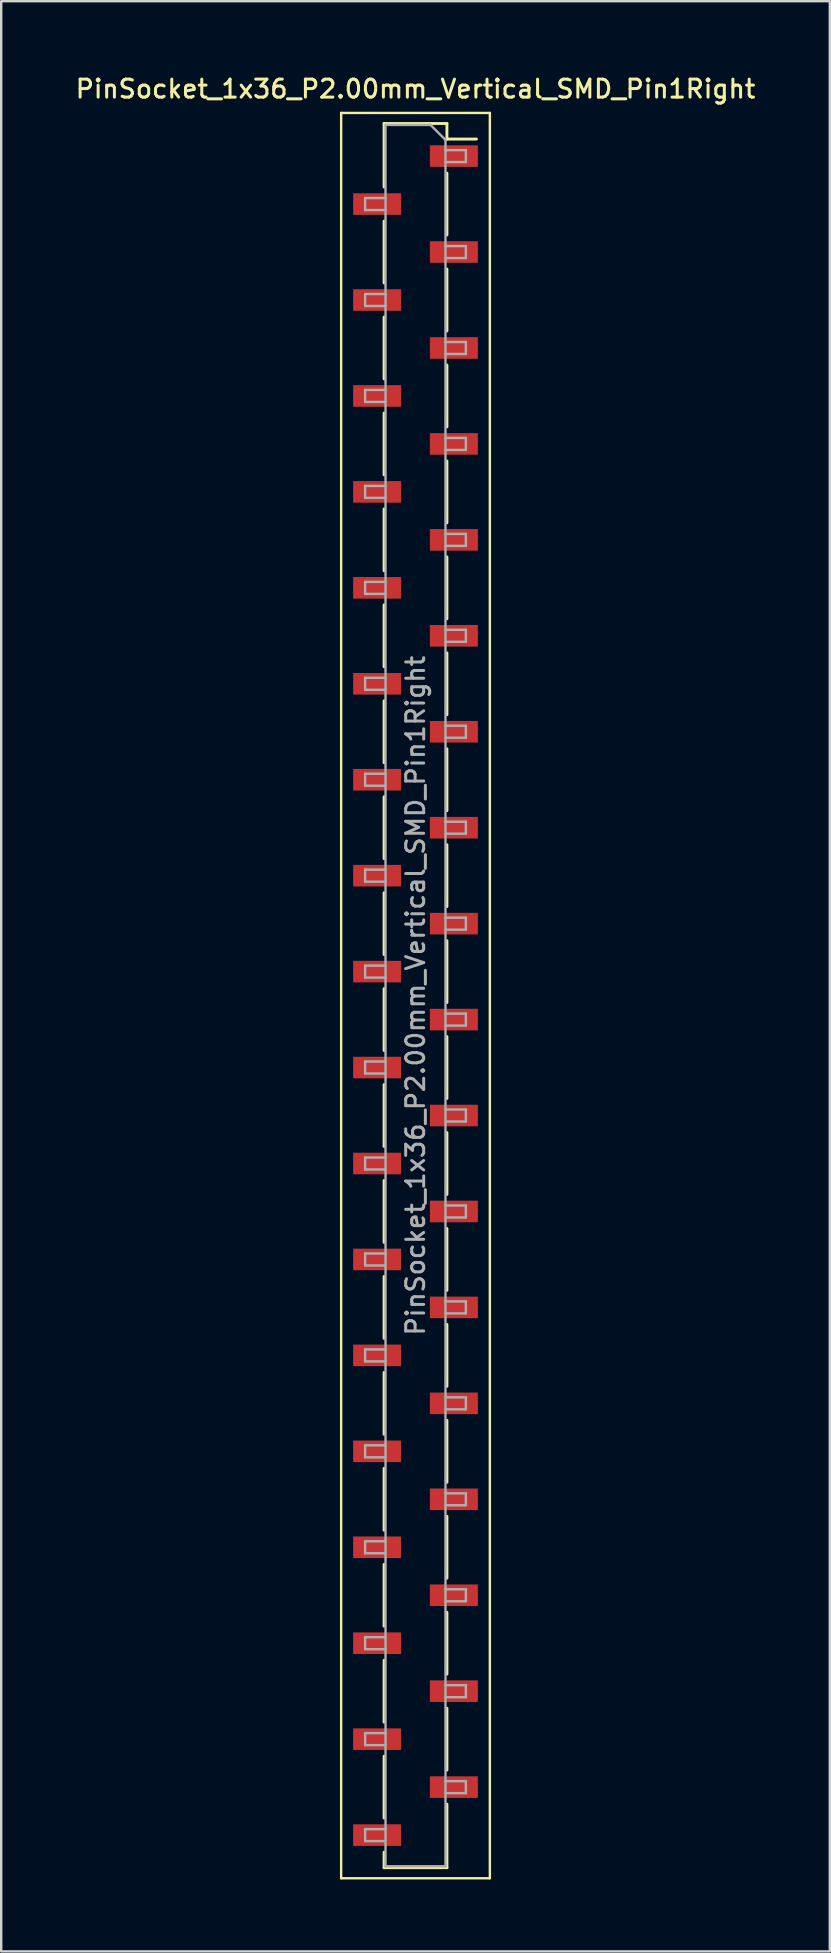
<source format=kicad_pcb>
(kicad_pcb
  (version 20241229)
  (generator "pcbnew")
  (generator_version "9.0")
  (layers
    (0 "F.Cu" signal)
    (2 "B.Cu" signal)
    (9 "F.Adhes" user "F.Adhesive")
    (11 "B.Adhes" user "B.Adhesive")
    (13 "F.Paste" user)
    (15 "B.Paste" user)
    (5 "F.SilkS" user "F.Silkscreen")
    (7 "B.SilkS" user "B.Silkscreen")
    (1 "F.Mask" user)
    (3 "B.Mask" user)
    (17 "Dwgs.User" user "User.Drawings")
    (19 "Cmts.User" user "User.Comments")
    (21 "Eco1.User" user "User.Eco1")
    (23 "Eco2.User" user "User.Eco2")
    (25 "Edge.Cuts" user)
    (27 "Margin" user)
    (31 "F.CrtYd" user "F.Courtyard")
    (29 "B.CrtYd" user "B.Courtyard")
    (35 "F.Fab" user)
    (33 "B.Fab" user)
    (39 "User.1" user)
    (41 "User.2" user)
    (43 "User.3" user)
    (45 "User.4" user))
  (footprint "PinSocket_1x36_P2.00mm_Vertical_SMD_Pin1Right"
    (layer "F.Cu")
    (at 14.273 38.458)
    (property "Reference" "PinSocket_1x36_P2.00mm_Vertical_SMD_Pin1Right" (at 0 -37.8 0) (layer "F.SilkS") (effects (font (size 0.75 0.75) (thickness 0.125))))
    (attr smd)
    (fp_line (start -3.1 -36.8) (end 3.1 -36.8) (stroke (width 0.1) (type solid)) (layer "F.SilkS"))
    (fp_line (start -3.1 36.8) (end -3.1 -36.8) (stroke (width 0.1) (type solid)) (layer "F.SilkS"))
    (fp_line (start -1.31 -36.36) (end -1.31 -33.71) (stroke (width 0.12) (type solid)) (layer "F.SilkS"))
    (fp_line (start -1.31 -36.36) (end 1.31 -36.36) (stroke (width 0.12) (type solid)) (layer "F.SilkS"))
    (fp_line (start -1.31 -32.29) (end -1.31 -29.71) (stroke (width 0.12) (type solid)) (layer "F.SilkS"))
    (fp_line (start -1.31 -28.29) (end -1.31 -25.71) (stroke (width 0.12) (type solid)) (layer "F.SilkS"))
    (fp_line (start -1.31 -24.29) (end -1.31 -21.71) (stroke (width 0.12) (type solid)) (layer "F.SilkS"))
    (fp_line (start -1.31 -20.29) (end -1.31 -17.71) (stroke (width 0.12) (type solid)) (layer "F.SilkS"))
    (fp_line (start -1.31 -16.29) (end -1.31 -13.71) (stroke (width 0.12) (type solid)) (layer "F.SilkS"))
    (fp_line (start -1.31 -12.29) (end -1.31 -9.71) (stroke (width 0.12) (type solid)) (layer "F.SilkS"))
    (fp_line (start -1.31 -8.29) (end -1.31 -5.71) (stroke (width 0.12) (type solid)) (layer "F.SilkS"))
    (fp_line (start -1.31 -4.29) (end -1.31 -1.71) (stroke (width 0.12) (type solid)) (layer "F.SilkS"))
    (fp_line (start -1.31 -0.29) (end -1.31 2.29) (stroke (width 0.12) (type solid)) (layer "F.SilkS"))
    (fp_line (start -1.31 3.71) (end -1.31 6.29) (stroke (width 0.12) (type solid)) (layer "F.SilkS"))
    (fp_line (start -1.31 7.71) (end -1.31 10.29) (stroke (width 0.12) (type solid)) (layer "F.SilkS"))
    (fp_line (start -1.31 11.71) (end -1.31 14.29) (stroke (width 0.12) (type solid)) (layer "F.SilkS"))
    (fp_line (start -1.31 15.71) (end -1.31 18.29) (stroke (width 0.12) (type solid)) (layer "F.SilkS"))
    (fp_line (start -1.31 19.71) (end -1.31 22.29) (stroke (width 0.12) (type solid)) (layer "F.SilkS"))
    (fp_line (start -1.31 23.71) (end -1.31 26.29) (stroke (width 0.12) (type solid)) (layer "F.SilkS"))
    (fp_line (start -1.31 27.71) (end -1.31 30.29) (stroke (width 0.12) (type solid)) (layer "F.SilkS"))
    (fp_line (start -1.31 31.71) (end -1.31 34.29) (stroke (width 0.12) (type solid)) (layer "F.SilkS"))
    (fp_line (start -1.31 35.71) (end -1.31 36.36) (stroke (width 0.12) (type solid)) (layer "F.SilkS"))
    (fp_line (start -1.31 36.36) (end 1.31 36.36) (stroke (width 0.12) (type solid)) (layer "F.SilkS"))
    (fp_line (start 1.31 -36.36) (end 1.31 -35.71) (stroke (width 0.12) (type solid)) (layer "F.SilkS"))
    (fp_line (start 1.31 -35.71) (end 2.54 -35.71) (stroke (width 0.12) (type solid)) (layer "F.SilkS"))
    (fp_line (start 1.31 -34.29) (end 1.31 -31.71) (stroke (width 0.12) (type solid)) (layer "F.SilkS"))
    (fp_line (start 1.31 -30.29) (end 1.31 -27.71) (stroke (width 0.12) (type solid)) (layer "F.SilkS"))
    (fp_line (start 1.31 -26.29) (end 1.31 -23.71) (stroke (width 0.12) (type solid)) (layer "F.SilkS"))
    (fp_line (start 1.31 -22.29) (end 1.31 -19.71) (stroke (width 0.12) (type solid)) (layer "F.SilkS"))
    (fp_line (start 1.31 -18.29) (end 1.31 -15.71) (stroke (width 0.12) (type solid)) (layer "F.SilkS"))
    (fp_line (start 1.31 -14.29) (end 1.31 -11.71) (stroke (width 0.12) (type solid)) (layer "F.SilkS"))
    (fp_line (start 1.31 -10.29) (end 1.31 -7.71) (stroke (width 0.12) (type solid)) (layer "F.SilkS"))
    (fp_line (start 1.31 -6.29) (end 1.31 -3.71) (stroke (width 0.12) (type solid)) (layer "F.SilkS"))
    (fp_line (start 1.31 -2.29) (end 1.31 0.29) (stroke (width 0.12) (type solid)) (layer "F.SilkS"))
    (fp_line (start 1.31 1.71) (end 1.31 4.29) (stroke (width 0.12) (type solid)) (layer "F.SilkS"))
    (fp_line (start 1.31 5.71) (end 1.31 8.29) (stroke (width 0.12) (type solid)) (layer "F.SilkS"))
    (fp_line (start 1.31 9.71) (end 1.31 12.29) (stroke (width 0.12) (type solid)) (layer "F.SilkS"))
    (fp_line (start 1.31 13.71) (end 1.31 16.29) (stroke (width 0.12) (type solid)) (layer "F.SilkS"))
    (fp_line (start 1.31 17.71) (end 1.31 20.29) (stroke (width 0.12) (type solid)) (layer "F.SilkS"))
    (fp_line (start 1.31 21.71) (end 1.31 24.29) (stroke (width 0.12) (type solid)) (layer "F.SilkS"))
    (fp_line (start 1.31 25.71) (end 1.31 28.29) (stroke (width 0.12) (type solid)) (layer "F.SilkS"))
    (fp_line (start 1.31 29.71) (end 1.31 32.29) (stroke (width 0.12) (type solid)) (layer "F.SilkS"))
    (fp_line (start 1.31 33.71) (end 1.31 36.36) (stroke (width 0.12) (type solid)) (layer "F.SilkS"))
    (fp_line (start 3.1 -36.8) (end 3.1 36.8) (stroke (width 0.1) (type solid)) (layer "F.SilkS"))
    (fp_line (start 3.1 36.8) (end -3.1 36.8) (stroke (width 0.1) (type solid)) (layer "F.SilkS"))
    (fp_line (start -2.1 -33.25) (end -1.25 -33.25) (stroke (width 0.1) (type solid)) (layer "F.Fab"))
    (fp_line (start -2.1 -32.75) (end -2.1 -33.25) (stroke (width 0.1) (type solid)) (layer "F.Fab"))
    (fp_line (start -2.1 -29.25) (end -1.25 -29.25) (stroke (width 0.1) (type solid)) (layer "F.Fab"))
    (fp_line (start -2.1 -28.75) (end -2.1 -29.25) (stroke (width 0.1) (type solid)) (layer "F.Fab"))
    (fp_line (start -2.1 -25.25) (end -1.25 -25.25) (stroke (width 0.1) (type solid)) (layer "F.Fab"))
    (fp_line (start -2.1 -24.75) (end -2.1 -25.25) (stroke (width 0.1) (type solid)) (layer "F.Fab"))
    (fp_line (start -2.1 -21.25) (end -1.25 -21.25) (stroke (width 0.1) (type solid)) (layer "F.Fab"))
    (fp_line (start -2.1 -20.75) (end -2.1 -21.25) (stroke (width 0.1) (type solid)) (layer "F.Fab"))
    (fp_line (start -2.1 -17.25) (end -1.25 -17.25) (stroke (width 0.1) (type solid)) (layer "F.Fab"))
    (fp_line (start -2.1 -16.75) (end -2.1 -17.25) (stroke (width 0.1) (type solid)) (layer "F.Fab"))
    (fp_line (start -2.1 -13.25) (end -1.25 -13.25) (stroke (width 0.1) (type solid)) (layer "F.Fab"))
    (fp_line (start -2.1 -12.75) (end -2.1 -13.25) (stroke (width 0.1) (type solid)) (layer "F.Fab"))
    (fp_line (start -2.1 -9.25) (end -1.25 -9.25) (stroke (width 0.1) (type solid)) (layer "F.Fab"))
    (fp_line (start -2.1 -8.75) (end -2.1 -9.25) (stroke (width 0.1) (type solid)) (layer "F.Fab"))
    (fp_line (start -2.1 -5.25) (end -1.25 -5.25) (stroke (width 0.1) (type solid)) (layer "F.Fab"))
    (fp_line (start -2.1 -4.75) (end -2.1 -5.25) (stroke (width 0.1) (type solid)) (layer "F.Fab"))
    (fp_line (start -2.1 -1.25) (end -1.25 -1.25) (stroke (width 0.1) (type solid)) (layer "F.Fab"))
    (fp_line (start -2.1 -0.75) (end -2.1 -1.25) (stroke (width 0.1) (type solid)) (layer "F.Fab"))
    (fp_line (start -2.1 2.75) (end -1.25 2.75) (stroke (width 0.1) (type solid)) (layer "F.Fab"))
    (fp_line (start -2.1 3.25) (end -2.1 2.75) (stroke (width 0.1) (type solid)) (layer "F.Fab"))
    (fp_line (start -2.1 6.75) (end -1.25 6.75) (stroke (width 0.1) (type solid)) (layer "F.Fab"))
    (fp_line (start -2.1 7.25) (end -2.1 6.75) (stroke (width 0.1) (type solid)) (layer "F.Fab"))
    (fp_line (start -2.1 10.75) (end -1.25 10.75) (stroke (width 0.1) (type solid)) (layer "F.Fab"))
    (fp_line (start -2.1 11.25) (end -2.1 10.75) (stroke (width 0.1) (type solid)) (layer "F.Fab"))
    (fp_line (start -2.1 14.75) (end -1.25 14.75) (stroke (width 0.1) (type solid)) (layer "F.Fab"))
    (fp_line (start -2.1 15.25) (end -2.1 14.75) (stroke (width 0.1) (type solid)) (layer "F.Fab"))
    (fp_line (start -2.1 18.75) (end -1.25 18.75) (stroke (width 0.1) (type solid)) (layer "F.Fab"))
    (fp_line (start -2.1 19.25) (end -2.1 18.75) (stroke (width 0.1) (type solid)) (layer "F.Fab"))
    (fp_line (start -2.1 22.75) (end -1.25 22.75) (stroke (width 0.1) (type solid)) (layer "F.Fab"))
    (fp_line (start -2.1 23.25) (end -2.1 22.75) (stroke (width 0.1) (type solid)) (layer "F.Fab"))
    (fp_line (start -2.1 26.75) (end -1.25 26.75) (stroke (width 0.1) (type solid)) (layer "F.Fab"))
    (fp_line (start -2.1 27.25) (end -2.1 26.75) (stroke (width 0.1) (type solid)) (layer "F.Fab"))
    (fp_line (start -2.1 30.75) (end -1.25 30.75) (stroke (width 0.1) (type solid)) (layer "F.Fab"))
    (fp_line (start -2.1 31.25) (end -2.1 30.75) (stroke (width 0.1) (type solid)) (layer "F.Fab"))
    (fp_line (start -2.1 34.75) (end -1.25 34.75) (stroke (width 0.1) (type solid)) (layer "F.Fab"))
    (fp_line (start -2.1 35.25) (end -2.1 34.75) (stroke (width 0.1) (type solid)) (layer "F.Fab"))
    (fp_line (start -1.25 -36.3) (end 0.625 -36.3) (stroke (width 0.1) (type solid)) (layer "F.Fab"))
    (fp_line (start -1.25 -32.75) (end -2.1 -32.75) (stroke (width 0.1) (type solid)) (layer "F.Fab"))
    (fp_line (start -1.25 -28.75) (end -2.1 -28.75) (stroke (width 0.1) (type solid)) (layer "F.Fab"))
    (fp_line (start -1.25 -24.75) (end -2.1 -24.75) (stroke (width 0.1) (type solid)) (layer "F.Fab"))
    (fp_line (start -1.25 -20.75) (end -2.1 -20.75) (stroke (width 0.1) (type solid)) (layer "F.Fab"))
    (fp_line (start -1.25 -16.75) (end -2.1 -16.75) (stroke (width 0.1) (type solid)) (layer "F.Fab"))
    (fp_line (start -1.25 -12.75) (end -2.1 -12.75) (stroke (width 0.1) (type solid)) (layer "F.Fab"))
    (fp_line (start -1.25 -8.75) (end -2.1 -8.75) (stroke (width 0.1) (type solid)) (layer "F.Fab"))
    (fp_line (start -1.25 -4.75) (end -2.1 -4.75) (stroke (width 0.1) (type solid)) (layer "F.Fab"))
    (fp_line (start -1.25 -0.75) (end -2.1 -0.75) (stroke (width 0.1) (type solid)) (layer "F.Fab"))
    (fp_line (start -1.25 3.25) (end -2.1 3.25) (stroke (width 0.1) (type solid)) (layer "F.Fab"))
    (fp_line (start -1.25 7.25) (end -2.1 7.25) (stroke (width 0.1) (type solid)) (layer "F.Fab"))
    (fp_line (start -1.25 11.25) (end -2.1 11.25) (stroke (width 0.1) (type solid)) (layer "F.Fab"))
    (fp_line (start -1.25 15.25) (end -2.1 15.25) (stroke (width 0.1) (type solid)) (layer "F.Fab"))
    (fp_line (start -1.25 19.25) (end -2.1 19.25) (stroke (width 0.1) (type solid)) (layer "F.Fab"))
    (fp_line (start -1.25 23.25) (end -2.1 23.25) (stroke (width 0.1) (type solid)) (layer "F.Fab"))
    (fp_line (start -1.25 27.25) (end -2.1 27.25) (stroke (width 0.1) (type solid)) (layer "F.Fab"))
    (fp_line (start -1.25 31.25) (end -2.1 31.25) (stroke (width 0.1) (type solid)) (layer "F.Fab"))
    (fp_line (start -1.25 35.25) (end -2.1 35.25) (stroke (width 0.1) (type solid)) (layer "F.Fab"))
    (fp_line (start -1.25 36.3) (end -1.25 -36.3) (stroke (width 0.1) (type solid)) (layer "F.Fab"))
    (fp_line (start 0.625 -36.3) (end 1.25 -35.675) (stroke (width 0.1) (type solid)) (layer "F.Fab"))
    (fp_line (start 1.25 -35.675) (end 1.25 36.3) (stroke (width 0.1) (type solid)) (layer "F.Fab"))
    (fp_line (start 1.25 -35.25) (end 2.1 -35.25) (stroke (width 0.1) (type solid)) (layer "F.Fab"))
    (fp_line (start 1.25 -31.25) (end 2.1 -31.25) (stroke (width 0.1) (type solid)) (layer "F.Fab"))
    (fp_line (start 1.25 -27.25) (end 2.1 -27.25) (stroke (width 0.1) (type solid)) (layer "F.Fab"))
    (fp_line (start 1.25 -23.25) (end 2.1 -23.25) (stroke (width 0.1) (type solid)) (layer "F.Fab"))
    (fp_line (start 1.25 -19.25) (end 2.1 -19.25) (stroke (width 0.1) (type solid)) (layer "F.Fab"))
    (fp_line (start 1.25 -15.25) (end 2.1 -15.25) (stroke (width 0.1) (type solid)) (layer "F.Fab"))
    (fp_line (start 1.25 -11.25) (end 2.1 -11.25) (stroke (width 0.1) (type solid)) (layer "F.Fab"))
    (fp_line (start 1.25 -7.25) (end 2.1 -7.25) (stroke (width 0.1) (type solid)) (layer "F.Fab"))
    (fp_line (start 1.25 -3.25) (end 2.1 -3.25) (stroke (width 0.1) (type solid)) (layer "F.Fab"))
    (fp_line (start 1.25 0.75) (end 2.1 0.75) (stroke (width 0.1) (type solid)) (layer "F.Fab"))
    (fp_line (start 1.25 4.75) (end 2.1 4.75) (stroke (width 0.1) (type solid)) (layer "F.Fab"))
    (fp_line (start 1.25 8.75) (end 2.1 8.75) (stroke (width 0.1) (type solid)) (layer "F.Fab"))
    (fp_line (start 1.25 12.75) (end 2.1 12.75) (stroke (width 0.1) (type solid)) (layer "F.Fab"))
    (fp_line (start 1.25 16.75) (end 2.1 16.75) (stroke (width 0.1) (type solid)) (layer "F.Fab"))
    (fp_line (start 1.25 20.75) (end 2.1 20.75) (stroke (width 0.1) (type solid)) (layer "F.Fab"))
    (fp_line (start 1.25 24.75) (end 2.1 24.75) (stroke (width 0.1) (type solid)) (layer "F.Fab"))
    (fp_line (start 1.25 28.75) (end 2.1 28.75) (stroke (width 0.1) (type solid)) (layer "F.Fab"))
    (fp_line (start 1.25 32.75) (end 2.1 32.75) (stroke (width 0.1) (type solid)) (layer "F.Fab"))
    (fp_line (start 1.25 36.3) (end -1.25 36.3) (stroke (width 0.1) (type solid)) (layer "F.Fab"))
    (fp_line (start 2.1 -35.25) (end 2.1 -34.75) (stroke (width 0.1) (type solid)) (layer "F.Fab"))
    (fp_line (start 2.1 -34.75) (end 1.25 -34.75) (stroke (width 0.1) (type solid)) (layer "F.Fab"))
    (fp_line (start 2.1 -31.25) (end 2.1 -30.75) (stroke (width 0.1) (type solid)) (layer "F.Fab"))
    (fp_line (start 2.1 -30.75) (end 1.25 -30.75) (stroke (width 0.1) (type solid)) (layer "F.Fab"))
    (fp_line (start 2.1 -27.25) (end 2.1 -26.75) (stroke (width 0.1) (type solid)) (layer "F.Fab"))
    (fp_line (start 2.1 -26.75) (end 1.25 -26.75) (stroke (width 0.1) (type solid)) (layer "F.Fab"))
    (fp_line (start 2.1 -23.25) (end 2.1 -22.75) (stroke (width 0.1) (type solid)) (layer "F.Fab"))
    (fp_line (start 2.1 -22.75) (end 1.25 -22.75) (stroke (width 0.1) (type solid)) (layer "F.Fab"))
    (fp_line (start 2.1 -19.25) (end 2.1 -18.75) (stroke (width 0.1) (type solid)) (layer "F.Fab"))
    (fp_line (start 2.1 -18.75) (end 1.25 -18.75) (stroke (width 0.1) (type solid)) (layer "F.Fab"))
    (fp_line (start 2.1 -15.25) (end 2.1 -14.75) (stroke (width 0.1) (type solid)) (layer "F.Fab"))
    (fp_line (start 2.1 -14.75) (end 1.25 -14.75) (stroke (width 0.1) (type solid)) (layer "F.Fab"))
    (fp_line (start 2.1 -11.25) (end 2.1 -10.75) (stroke (width 0.1) (type solid)) (layer "F.Fab"))
    (fp_line (start 2.1 -10.75) (end 1.25 -10.75) (stroke (width 0.1) (type solid)) (layer "F.Fab"))
    (fp_line (start 2.1 -7.25) (end 2.1 -6.75) (stroke (width 0.1) (type solid)) (layer "F.Fab"))
    (fp_line (start 2.1 -6.75) (end 1.25 -6.75) (stroke (width 0.1) (type solid)) (layer "F.Fab"))
    (fp_line (start 2.1 -3.25) (end 2.1 -2.75) (stroke (width 0.1) (type solid)) (layer "F.Fab"))
    (fp_line (start 2.1 -2.75) (end 1.25 -2.75) (stroke (width 0.1) (type solid)) (layer "F.Fab"))
    (fp_line (start 2.1 0.75) (end 2.1 1.25) (stroke (width 0.1) (type solid)) (layer "F.Fab"))
    (fp_line (start 2.1 1.25) (end 1.25 1.25) (stroke (width 0.1) (type solid)) (layer "F.Fab"))
    (fp_line (start 2.1 4.75) (end 2.1 5.25) (stroke (width 0.1) (type solid)) (layer "F.Fab"))
    (fp_line (start 2.1 5.25) (end 1.25 5.25) (stroke (width 0.1) (type solid)) (layer "F.Fab"))
    (fp_line (start 2.1 8.75) (end 2.1 9.25) (stroke (width 0.1) (type solid)) (layer "F.Fab"))
    (fp_line (start 2.1 9.25) (end 1.25 9.25) (stroke (width 0.1) (type solid)) (layer "F.Fab"))
    (fp_line (start 2.1 12.75) (end 2.1 13.25) (stroke (width 0.1) (type solid)) (layer "F.Fab"))
    (fp_line (start 2.1 13.25) (end 1.25 13.25) (stroke (width 0.1) (type solid)) (layer "F.Fab"))
    (fp_line (start 2.1 16.75) (end 2.1 17.25) (stroke (width 0.1) (type solid)) (layer "F.Fab"))
    (fp_line (start 2.1 17.25) (end 1.25 17.25) (stroke (width 0.1) (type solid)) (layer "F.Fab"))
    (fp_line (start 2.1 20.75) (end 2.1 21.25) (stroke (width 0.1) (type solid)) (layer "F.Fab"))
    (fp_line (start 2.1 21.25) (end 1.25 21.25) (stroke (width 0.1) (type solid)) (layer "F.Fab"))
    (fp_line (start 2.1 24.75) (end 2.1 25.25) (stroke (width 0.1) (type solid)) (layer "F.Fab"))
    (fp_line (start 2.1 25.25) (end 1.25 25.25) (stroke (width 0.1) (type solid)) (layer "F.Fab"))
    (fp_line (start 2.1 28.75) (end 2.1 29.25) (stroke (width 0.1) (type solid)) (layer "F.Fab"))
    (fp_line (start 2.1 29.25) (end 1.25 29.25) (stroke (width 0.1) (type solid)) (layer "F.Fab"))
    (fp_line (start 2.1 32.75) (end 2.1 33.25) (stroke (width 0.1) (type solid)) (layer "F.Fab"))
    (fp_line (start 2.1 33.25) (end 1.25 33.25) (stroke (width 0.1) (type solid)) (layer "F.Fab"))
    (fp_text user "${REFERENCE}" (at 0 0 90) (layer "F.Fab") (effects (font (size 0.75 0.75) (thickness 0.125))))
    (pad "1" smd rect (at 1.6 -35) (size 2 0.9) (layers "F.Cu" "F.Mask" "F.Paste"))
    (pad "2" smd rect (at -1.6 -33) (size 2 0.9) (layers "F.Cu" "F.Mask" "F.Paste"))
    (pad "3" smd rect (at 1.6 -31) (size 2 0.9) (layers "F.Cu" "F.Mask" "F.Paste"))
    (pad "4" smd rect (at -1.6 -29) (size 2 0.9) (layers "F.Cu" "F.Mask" "F.Paste"))
    (pad "5" smd rect (at 1.6 -27) (size 2 0.9) (layers "F.Cu" "F.Mask" "F.Paste"))
    (pad "6" smd rect (at -1.6 -25) (size 2 0.9) (layers "F.Cu" "F.Mask" "F.Paste"))
    (pad "7" smd rect (at 1.6 -23) (size 2 0.9) (layers "F.Cu" "F.Mask" "F.Paste"))
    (pad "8" smd rect (at -1.6 -21) (size 2 0.9) (layers "F.Cu" "F.Mask" "F.Paste"))
    (pad "9" smd rect (at 1.6 -19) (size 2 0.9) (layers "F.Cu" "F.Mask" "F.Paste"))
    (pad "10" smd rect (at -1.6 -17) (size 2 0.9) (layers "F.Cu" "F.Mask" "F.Paste"))
    (pad "11" smd rect (at 1.6 -15) (size 2 0.9) (layers "F.Cu" "F.Mask" "F.Paste"))
    (pad "12" smd rect (at -1.6 -13) (size 2 0.9) (layers "F.Cu" "F.Mask" "F.Paste"))
    (pad "13" smd rect (at 1.6 -11) (size 2 0.9) (layers "F.Cu" "F.Mask" "F.Paste"))
    (pad "14" smd rect (at -1.6 -9) (size 2 0.9) (layers "F.Cu" "F.Mask" "F.Paste"))
    (pad "15" smd rect (at 1.6 -7) (size 2 0.9) (layers "F.Cu" "F.Mask" "F.Paste"))
    (pad "16" smd rect (at -1.6 -5) (size 2 0.9) (layers "F.Cu" "F.Mask" "F.Paste"))
    (pad "17" smd rect (at 1.6 -3) (size 2 0.9) (layers "F.Cu" "F.Mask" "F.Paste"))
    (pad "18" smd rect (at -1.6 -1) (size 2 0.9) (layers "F.Cu" "F.Mask" "F.Paste"))
    (pad "19" smd rect (at 1.6 1) (size 2 0.9) (layers "F.Cu" "F.Mask" "F.Paste"))
    (pad "20" smd rect (at -1.6 3) (size 2 0.9) (layers "F.Cu" "F.Mask" "F.Paste"))
    (pad "21" smd rect (at 1.6 5) (size 2 0.9) (layers "F.Cu" "F.Mask" "F.Paste"))
    (pad "22" smd rect (at -1.6 7) (size 2 0.9) (layers "F.Cu" "F.Mask" "F.Paste"))
    (pad "23" smd rect (at 1.6 9) (size 2 0.9) (layers "F.Cu" "F.Mask" "F.Paste"))
    (pad "24" smd rect (at -1.6 11) (size 2 0.9) (layers "F.Cu" "F.Mask" "F.Paste"))
    (pad "25" smd rect (at 1.6 13) (size 2 0.9) (layers "F.Cu" "F.Mask" "F.Paste"))
    (pad "26" smd rect (at -1.6 15) (size 2 0.9) (layers "F.Cu" "F.Mask" "F.Paste"))
    (pad "27" smd rect (at 1.6 17) (size 2 0.9) (layers "F.Cu" "F.Mask" "F.Paste"))
    (pad "28" smd rect (at -1.6 19) (size 2 0.9) (layers "F.Cu" "F.Mask" "F.Paste"))
    (pad "29" smd rect (at 1.6 21) (size 2 0.9) (layers "F.Cu" "F.Mask" "F.Paste"))
    (pad "30" smd rect (at -1.6 23) (size 2 0.9) (layers "F.Cu" "F.Mask" "F.Paste"))
    (pad "31" smd rect (at 1.6 25) (size 2 0.9) (layers "F.Cu" "F.Mask" "F.Paste"))
    (pad "32" smd rect (at -1.6 27) (size 2 0.9) (layers "F.Cu" "F.Mask" "F.Paste"))
    (pad "33" smd rect (at 1.6 29) (size 2 0.9) (layers "F.Cu" "F.Mask" "F.Paste"))
    (pad "34" smd rect (at -1.6 31) (size 2 0.9) (layers "F.Cu" "F.Mask" "F.Paste"))
    (pad "35" smd rect (at 1.6 33) (size 2 0.9) (layers "F.Cu" "F.Mask" "F.Paste"))
    (pad "36" smd rect (at -1.6 35) (size 2 0.9) (layers "F.Cu" "F.Mask" "F.Paste")))
  (gr_rect
    (start -3 -3)
    (end 31.546 78.308)
    (stroke (width 0.1) (type default))
    (fill no)
    (layer "Edge.Cuts")))
</source>
